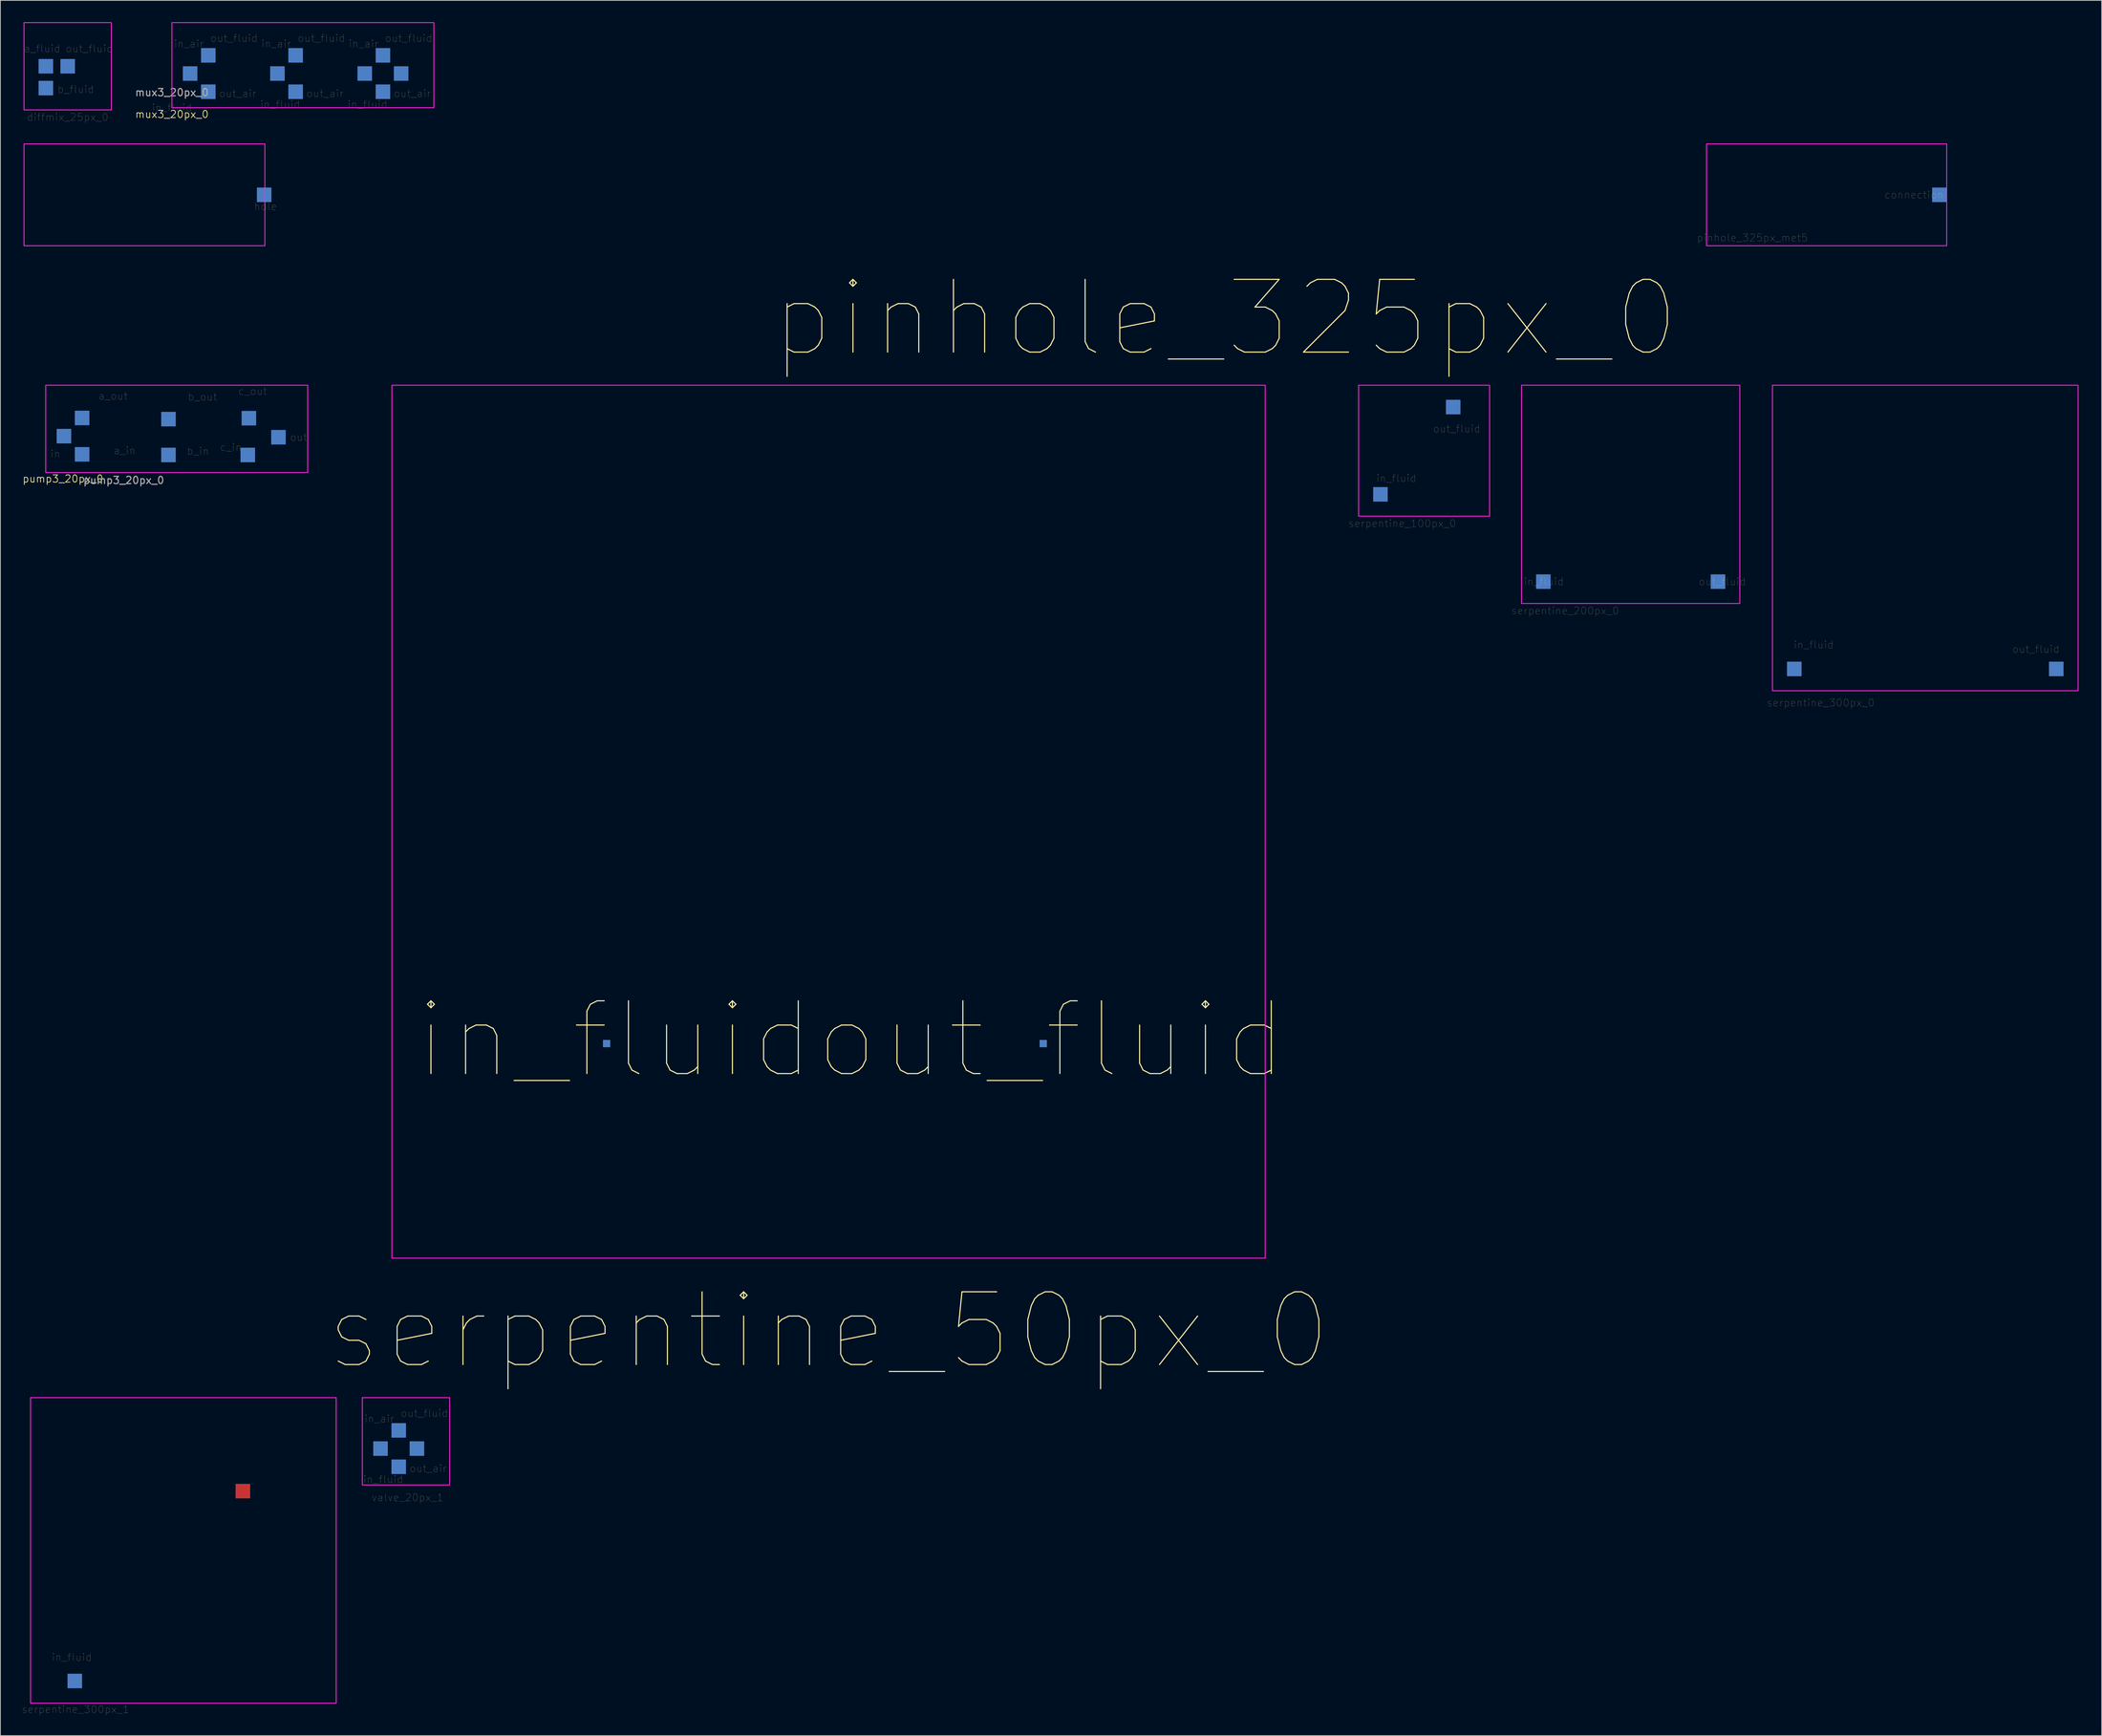
<source format=kicad_pcb>
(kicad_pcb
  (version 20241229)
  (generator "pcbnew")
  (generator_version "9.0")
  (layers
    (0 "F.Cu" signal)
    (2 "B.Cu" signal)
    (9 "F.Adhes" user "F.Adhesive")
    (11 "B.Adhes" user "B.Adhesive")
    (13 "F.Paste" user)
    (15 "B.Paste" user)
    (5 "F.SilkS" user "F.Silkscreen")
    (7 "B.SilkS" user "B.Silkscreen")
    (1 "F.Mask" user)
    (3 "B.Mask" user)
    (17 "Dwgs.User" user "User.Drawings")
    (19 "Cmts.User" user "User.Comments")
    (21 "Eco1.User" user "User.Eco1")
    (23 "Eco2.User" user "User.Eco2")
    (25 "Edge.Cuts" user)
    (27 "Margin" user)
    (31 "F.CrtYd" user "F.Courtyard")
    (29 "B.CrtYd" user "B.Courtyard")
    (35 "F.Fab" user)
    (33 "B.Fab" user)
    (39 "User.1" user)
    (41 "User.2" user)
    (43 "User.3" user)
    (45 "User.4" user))
  (footprint "serpentine_300px_1"
    (layer "F.Cu")
    (at 1.066 231.018)
    (property "Reference" "serpentine_300px_1" (at 6.261 0.908 0) (layer "F.SilkS") (effects (font (size 1 1) (thickness 0.015))))
    (attr through_hole)
    (fp_rect (start 0.083 0.06) (end 42.083 -41.94) (stroke (width 0.12) (type solid)) (fill no) (layer "F.CrtYd"))
    (fp_text user "in_fluid" (at 5.747 -6.265 0) (layer "F.SilkS") (effects (font (size 1 1) (thickness 0.015))))
    (pad "1" smd rect (at 6.161 -2.992) (size 2 2) (layers "B.Cu"))
    (pad "2" smd rect (at 29.261 -29.092) (size 2 2) (layers "F.Cu"))
    (zone (net_name "") (layer "B.Cu") (hatch edge 0.1) (connect_pads) (min_thickness 0.254) (filled_areas_thickness no) (keepout (tracks not_allowed) (vias not_allowed) (pads not_allowed) (copperpour not_allowed) (footprints not_allowed)) (placement (enabled no)) (fill) (polygon (pts (xy 1.175 231.052) (xy 1.149 189.041) (xy 43.39 189.168) (xy 43.186 231.052)))))
  (footprint "diffmix_25px_0"
    (layer "F.Cu")
    (at 0.25 12.06)
    (property "Reference" "diffmix_25px_0" (at 6 1 0) (layer "F.SilkS") (effects (font (size 1 1) (thickness 0.015))))
    (attr through_hole)
    (fp_rect (start 0 0) (end 12 -12) (stroke (width 0.12) (type solid)) (fill no) (layer "F.CrtYd"))
    (fp_text user "out_fluid" (at 8.966 -8.433 0) (layer "F.SilkS") (effects (font (size 1 1) (thickness 0.015))))
    (fp_text user "a_fluid" (at 2.489 -8.433 0) (layer "F.SilkS") (effects (font (size 1 1) (thickness 0.015))))
    (fp_text user "b_fluid" (at 7.112 -2.819 0) (layer "F.SilkS") (effects (font (size 1 1) (thickness 0.015))))
    (pad "1" smd rect (at 3 -6) (size 2 2) (layers "B.Cu"))
    (pad "2" smd rect (at 3 -3) (size 2 2) (layers "B.Cu"))
    (pad "3" smd rect (at 6 -6) (size 2 2) (layers "B.Cu"))
    (zone (net_name "") (layer "F.Cu") (hatch edge 0.1) (connect_pads) (min_thickness 0.254) (filled_areas_thickness no) (keepout (tracks not_allowed) (vias not_allowed) (pads not_allowed) (copperpour not_allowed) (footprints not_allowed)) (placement (enabled no)) (fill) (polygon (pts (xy 4.85 10.66) (xy 1.55 10.76) (xy 1.65 4.66) (xy 7.75 4.66) (xy 7.75 10.76)))))
  (footprint "serpentine_200px_0"
    (layer "F.Cu")
    (at 206.031 79.905)
    (property "Reference" "serpentine_200px_0" (at 6 1 0) (layer "F.SilkS") (effects (font (size 1 1) (thickness 0.015))))
    (attr through_hole)
    (fp_rect (start 0 0) (end 30 -30) (stroke (width 0.12) (type solid)) (fill no) (layer "F.CrtYd"))
    (fp_text user "out_fluid" (at 27.6 -3 0) (layer "F.SilkS") (effects (font (size 1 1) (thickness 0.015))))
    (fp_text user "in_fluid" (at 3.06 -3 0) (layer "F.SilkS") (effects (font (size 1 1) (thickness 0.015))))
    (pad "1" smd rect (at 3 -3) (size 2 2) (layers "B.Cu"))
    (pad "2" smd rect (at 27 -3) (size 2 2) (layers "B.Cu"))
    (zone (net_name "") (layer "B.Cu") (hatch edge 0.1) (connect_pads) (min_thickness 0.254) (filled_areas_thickness no) (keepout (tracks not_allowed) (vias not_allowed) (pads not_allowed) (copperpour not_allowed) (footprints not_allowed)) (placement (enabled no)) (fill) (polygon (pts (xy 205.942 73.621) (xy 205.879 50.06) (xy 236.207 49.958) (xy 236.031 73.605)))))
  (footprint "pump3_20px_0"
    (layer "F.Cu")
    (at 3.301 61.964)
    (property "Reference" "pump3_20px_0" (at 2.297 0.804 0) (unlocked yes) (layer "F.SilkS") (effects (font (size 1 1) (thickness 0.1))))
    (attr smd)
    (fp_rect (start -0.066 -0.059) (end 35.934 -12.059) (stroke (width 0.12) (type solid)) (fill no) (layer "F.CrtYd"))
    (fp_text user "b_in" (at 19.315 -2.422 0) (unlocked yes) (layer "F.SilkS") (effects (font (size 1 1) (thickness 0.015)) (justify left bottom)))
    (fp_text user "a_in" (at 9.231 -2.498 0) (unlocked yes) (layer "F.SilkS") (effects (font (size 1 1) (thickness 0.015)) (justify left bottom)))
    (fp_text user "c_in" (at 23.861 -2.955 0) (unlocked yes) (layer "F.SilkS") (effects (font (size 1 1) (thickness 0.015)) (justify left bottom)))
    (fp_text user "out" (at 34.682 -4.911 0) (layer "F.SilkS") (effects (font (size 1 1) (thickness 0.015))))
    (fp_text user "c_out" (at 26.35 -10.651 0) (unlocked yes) (layer "F.SilkS") (effects (font (size 1 1) (thickness 0.015)) (justify left bottom)))
    (fp_text user "in" (at 1.255 -2.625 0) (layer "F.SilkS") (effects (font (size 1 1) (thickness 0.015))))
    (fp_text user "b_out" (at 19.442 -9.864 0) (unlocked yes) (layer "F.SilkS") (effects (font (size 1 1) (thickness 0.015)) (justify left bottom)))
    (fp_text user "a_out" (at 7.148 -9.991 0) (unlocked yes) (layer "F.SilkS") (effects (font (size 1 1) (thickness 0.015)) (justify left bottom)))
    (fp_text user "${REFERENCE}" (at 10.653 1.007 0) (unlocked yes) (layer "F.Fab") (effects (font (size 1 1) (thickness 0.15))))
    (pad "1" smd rect (at 2.434 -5.059) (size 2 2) (layers "B.Cu"))
    (pad "2" smd rect (at 31.913 -4.911) (size 2 2) (layers "B.Cu"))
    (pad "3" smd rect (at 4.934 -2.559) (size 2 2) (layers "B.Cu"))
    (pad "4" smd rect (at 16.8 -2.472) (size 2 2) (layers "B.Cu"))
    (pad "5" smd rect (at 27.697 -2.472) (size 2 2) (layers "B.Cu"))
    (pad "6" smd rect (at 4.934 -7.559) (size 2 2) (layers "B.Cu"))
    (pad "7" smd rect (at 16.8 -7.4) (size 2 2) (layers "B.Cu"))
    (pad "8" smd rect (at 27.849 -7.527) (size 2 2) (layers "B.Cu")))
  (footprint "serpentine_100px_0"
    (layer "F.Cu")
    (at 183.644 67.905)
    (property "Reference" "serpentine_100px_0" (at 6 1 0) (layer "F.SilkS") (effects (font (size 1 1) (thickness 0.015))))
    (attr through_hole)
    (fp_rect (start 0 0) (end 18 -18) (stroke (width 0.12) (type solid)) (fill no) (layer "F.CrtYd"))
    (fp_text user "in_fluid" (at 5.182 -5.207 0) (layer "F.SilkS") (effects (font (size 1 1) (thickness 0.015))))
    (fp_text user "out_fluid" (at 13.487 -12.014 0) (layer "F.SilkS") (effects (font (size 1 1) (thickness 0.015))))
    (pad "1" smd rect (at 3 -3) (size 2 2) (layers "B.Cu"))
    (pad "2" smd rect (at 13 -15) (size 2 2) (layers "B.Cu"))
    (zone (net_name "") (layer "B.Cu") (hatch edge 0.1) (connect_pads) (min_thickness 0.254) (filled_areas_thickness no) (keepout (tracks not_allowed) (vias not_allowed) (pads not_allowed) (copperpour not_allowed) (footprints not_allowed)) (placement (enabled no)) (fill) (polygon (pts (xy 190.344 63.205) (xy 189.344 53.505) (xy 196.444 56.105) (xy 197.044 65.105)))))
  (footprint "pinhole_325px_met5"
    (layer "F.Cu")
    (at 231.459 30.731)
    (property "Reference" "pinhole_325px_met5" (at 6.3 -1.1 0) (layer "F.SilkS") (effects (font (size 1 1) (thickness 0.015))))
    (attr through_hole)
    (fp_rect (start 0 0) (end 33 -14) (stroke (width 0.12) (type solid)) (fill no) (layer "F.CrtYd"))
    (fp_text user "connection" (at 28.5 -7 0) (layer "F.SilkS") (effects (font (size 1 1) (thickness 0.015))))
    (pad "1" smd rect (at 32 -7) (size 2 2) (layers "B.Cu"))
    (zone (net_name "") (layers "F.Cu" "B.Cu") (name "Body") (hatch edge 0.5) (connect_pads) (min_thickness 0.25) (filled_areas_thickness no) (keepout (tracks not_allowed) (vias not_allowed) (pads not_allowed) (copperpour allowed) (footprints not_allowed)) (placement (enabled no)) (fill) (polygon (pts (xy 231.459 16.743) (xy 231.459 30.743) (xy 257.459 30.743) (xy 262.459 30.731) (xy 262.422 16.694)))))
  (footprint "mux3_20px_0"
    (layer "F.Cu")
    (at 20.573 11.76)
    (property "Reference" "mux3_20px_0" (at 0 0.9 0) (unlocked yes) (layer "F.SilkS") (effects (font (size 1 1) (thickness 0.1))))
    (attr smd)
    (fp_rect (start 0 0) (end 36 -11.7) (stroke (width 0.12) (type solid)) (fill no) (layer "F.CrtYd"))
    (fp_text user "out_fluid" (at 32.534 -9.555 0) (layer "F.SilkS") (effects (font (size 1 1) (thickness 0.015))))
    (fp_text user "out_air" (at 21.042 -1.961 0) (layer "F.SilkS") (effects (font (size 1 1) (thickness 0.015))))
    (fp_text user "out_air" (at 33.042 -1.961 0) (layer "F.SilkS") (effects (font (size 1 1) (thickness 0.015))))
    (fp_text user "out_air" (at 9.042 -1.961 0) (layer "F.SilkS") (effects (font (size 1 1) (thickness 0.015))))
    (fp_text user "in_air" (at 26.337 -8.793 0) (layer "F.SilkS") (effects (font (size 1 1) (thickness 0.015))))
    (fp_text user "out_fluid" (at 20.534 -9.555 0) (layer "F.SilkS") (effects (font (size 1 1) (thickness 0.015))))
    (fp_text user "in_fluid" (at 26.87 -0.462 0) (layer "F.SilkS") (effects (font (size 1 1) (thickness 0.015))))
    (fp_text user "in_fluid" (at 14.87 -0.462 0) (layer "F.SilkS") (effects (font (size 1 1) (thickness 0.015))))
    (fp_text user "in_air" (at 2.337 -8.793 0) (layer "F.SilkS") (effects (font (size 1 1) (thickness 0.015))))
    (fp_text user "in_fluid" (at 0 0 0) (layer "F.SilkS") (effects (font (size 1 1) (thickness 0.015))))
    (fp_text user "in_air" (at 14.337 -8.793 0) (layer "F.SilkS") (effects (font (size 1 1) (thickness 0.015))))
    (fp_text user "out_fluid" (at 8.534 -9.555 0) (layer "F.SilkS") (effects (font (size 1 1) (thickness 0.015))))
    (fp_text user "${REFERENCE}" (at 0 -2.1 0) (unlocked yes) (layer "F.Fab") (effects (font (size 1 1) (thickness 0.15))))
    (pad "1" smd rect (at 2.5 -4.7) (size 2 2) (layers "B.Cu"))
    (pad "2" smd rect (at 14.5 -4.7) (size 2 2) (layers "B.Cu"))
    (pad "3" smd rect (at 26.5 -4.7) (size 2 2) (layers "B.Cu"))
    (pad "4" smd rect (at 5 -2.2) (size 2 2) (layers "B.Cu"))
    (pad "5" smd rect (at 17 -2.2) (size 2 2) (layers "B.Cu"))
    (pad "6" smd rect (at 29 -2.2) (size 2 2) (layers "B.Cu"))
    (pad "7" smd rect (at 31.5 -4.7) (size 2 2) (layers "B.Cu"))
    (pad "8" smd rect (at 5 -7.2) (size 2 2) (layers "B.Cu"))
    (pad "9" smd rect (at 17 -7.2) (size 2 2) (layers "B.Cu"))
    (pad "10" smd rect (at 29 -7.2) (size 2 2) (layers "B.Cu")))
  (footprint "serpentine_50px_0"
    (layer "F.Cu")
    (at 50.806 169.705)
    (property "Reference" "serpentine_50px_0" (at 60 10.2 0) (layer "F.SilkS") (effects (font (size 10 10) (thickness 0.15))))
    (attr through_hole)
    (fp_rect (start 0 0.2) (end 120 -119.8) (stroke (width 0.12) (type solid)) (fill no) (layer "F.CrtYd"))
    (fp_text user "out_fluid" (at 90.6 -29.8 0) (layer "F.SilkS") (effects (font (size 10 10) (thickness 0.15))))
    (fp_text user "in_fluid" (at 30.6 -29.8 0) (layer "F.SilkS") (effects (font (size 10 10) (thickness 0.15))))
    (pad "1" smd rect (at 29.5 -29.3) (size 1 1) (layers "B.Cu"))
    (pad "2" smd rect (at 89.5 -29.3) (size 1 1) (layers "B.Cu"))
    (zone (net_name "") (layer "B.Cu") (hatch edge 0.1) (connect_pads) (min_thickness 0.254) (filled_areas_thickness no) (keepout (tracks not_allowed) (vias not_allowed) (pads not_allowed) (copperpour not_allowed) (footprints not_allowed)) (placement (enabled no)) (fill) (polygon (pts (xy 80.806 139.905) (xy 80.806 79.905) (xy 140.806 79.905) (xy 140.806 139.905)))))
  (footprint "valve_20px_1"
    (layer "F.Cu")
    (at 46.64 201.078)
    (property "Reference" "valve_20px_1" (at 6.323 1.727 0) (layer "F.SilkS") (effects (font (size 1 1) (thickness 0.015))))
    (attr through_hole)
    (fp_rect (start 0.1 0) (end 12.1 -12) (stroke (width 0.12) (type solid)) (fill no) (layer "F.CrtYd"))
    (fp_text user "in_fluid" (at 2.97 -0.762 0) (layer "F.SilkS") (effects (font (size 1 1) (thickness 0.015))))
    (fp_text user "out_air" (at 9.142 -2.261 0) (layer "F.SilkS") (effects (font (size 1 1) (thickness 0.015))))
    (fp_text user "in_air" (at 2.437 -9.093 0) (layer "F.SilkS") (effects (font (size 1 1) (thickness 0.015))))
    (fp_text user "out_fluid" (at 8.634 -9.855 0) (layer "F.SilkS") (effects (font (size 1 1) (thickness 0.015))))
    (pad "1" smd rect (at 5.1 -7.5) (size 2 2) (layers "B.Cu"))
    (pad "2" smd rect (at 5.1 -2.5) (size 2 2) (layers "B.Cu"))
    (pad "3" smd rect (at 2.6 -5) (size 2 2) (layers "B.Cu"))
    (pad "4" smd rect (at 7.6 -5) (size 2 2) (layers "B.Cu")))
  (footprint "pinhole_325px_0"
    (layer "F.Cu")
    (at 0.25 30.731)
    (property "Reference" "pinhole_325px_0" (at 165.1 10 0) (layer "F.SilkS") (effects (font (size 10 10) (thickness 0.15))))
    (attr through_hole)
    (fp_rect (start 0 0) (end 33.1 -14) (stroke (width 0.12) (type solid)) (fill no) (layer "F.CrtYd"))
    (fp_text user "hole" (at 33.186 -5.38 0) (layer "F.SilkS") (effects (font (size 1 1) (thickness 0.015))))
    (pad "1" smd rect (at 33 -7) (size 2 2) (layers "B.Cu")))
  (footprint "serpentine_300px_0"
    (layer "F.Cu")
    (at 240.514 92.105)
    (property "Reference" "serpentine_300px_0" (at 6.629 1.451 0) (layer "F.SilkS") (effects (font (size 1 1) (thickness 0.015))))
    (attr through_hole)
    (fp_rect (start 0 -0.2) (end 42 -42.2) (stroke (width 0.12) (type solid)) (fill no) (layer "F.CrtYd"))
    (fp_text user "in_fluid" (at 5.664 -6.525 0) (layer "F.SilkS") (effects (font (size 1 1) (thickness 0.015))))
    (fp_text user "out_fluid" (at 36.195 -5.915 0) (layer "F.SilkS") (effects (font (size 1 1) (thickness 0.015))))
    (pad "1" smd rect (at 3 -3.2) (size 2 2) (layers "B.Cu"))
    (pad "2" smd rect (at 39 -3.2) (size 2 2) (layers "B.Cu"))
    (zone (net_name "") (layer "B.Cu") (hatch edge 0.1) (connect_pads) (min_thickness 0.254) (filled_areas_thickness no) (keepout (tracks not_allowed) (vias not_allowed) (pads not_allowed) (copperpour not_allowed) (footprints not_allowed)) (placement (enabled no)) (fill) (polygon (pts (xy 240.539 85.379) (xy 240.514 49.868) (xy 282.754 49.995) (xy 282.551 85.379)))))
  (gr_rect
    (start -3 -3)
    (end 285.754 235.537)
    (stroke (width 0.1) (type default))
    (fill no)
    (layer "Edge.Cuts")))
</source>
